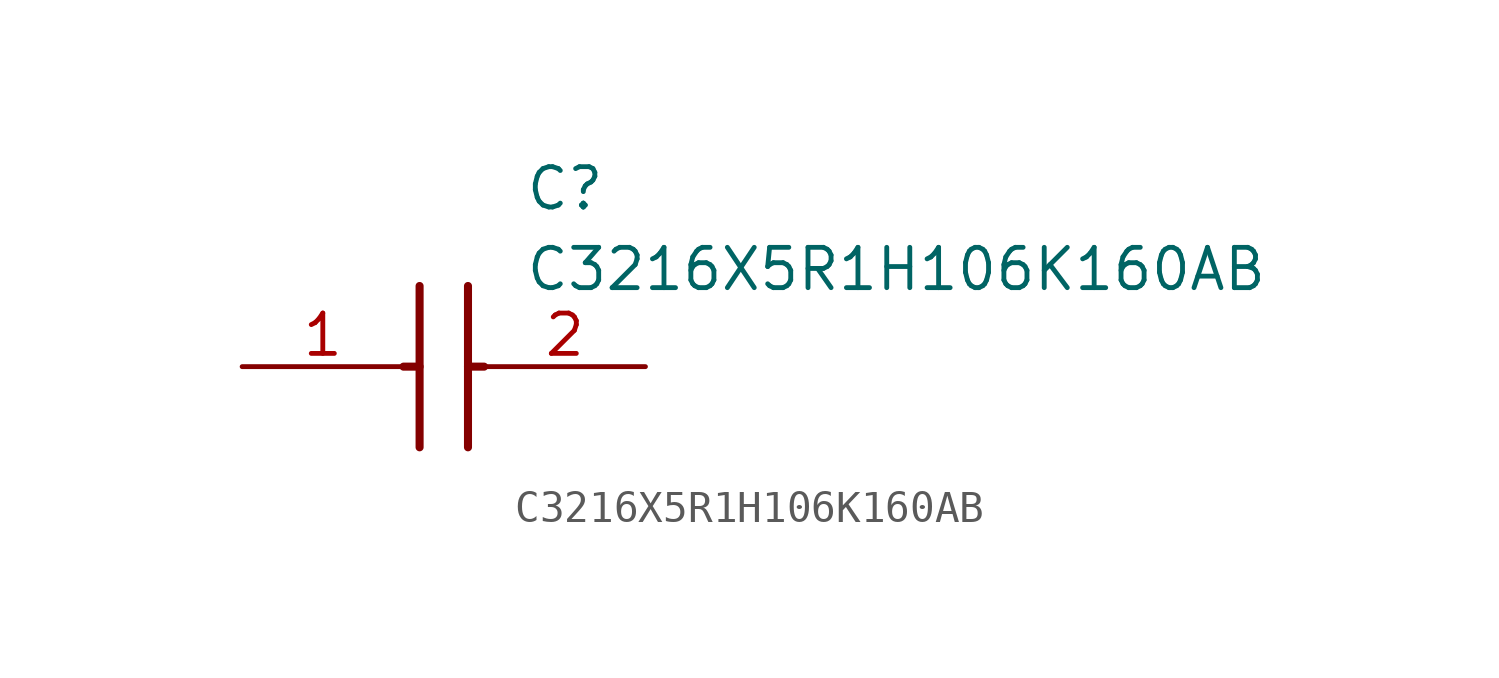
<source format=kicad_sym>
(kicad_symbol_lib
  (version 20211014)
  (generator SamacSys_ECAD_Model)
  (symbol "C3216X5R1H106K160AB"
    (pin_names hide)
    (property "Reference" "C"
      (at 8.89 6.35 0)
      (effects (font (size 1.27 1.27)) (justify left top)))
    (property "Value" "C3216X5R1H106K160AB"
      (at 8.89 3.81 0)
      (effects (font (size 1.27 1.27)) (justify left top)))
    (polyline
      (pts (xy 5.588 2.54) (xy 5.588 -2.54))
      (stroke (width 0.254) (type default))
      (fill (type none)))
    (polyline
      (pts (xy 7.112 2.54) (xy 7.112 -2.54))
      (stroke (width 0.254) (type default))
      (fill (type none)))
    (polyline
      (pts (xy 5.08 0) (xy 5.588 0))
      (stroke (width 0.254) (type default))
      (fill (type none)))
    (polyline
      (pts (xy 7.112 0) (xy 7.62 0))
      (stroke (width 0.254) (type default))
      (fill (type none)))
    (pin passive line
      (at 0 0 0)
      (length 5.08)
      (name "1" (effects (font (size 1.27 1.27))))
      (number "1" (effects (font (size 1.27 1.27)))))
    (pin passive line
      (at 12.7 0 180)
      (length 5.08)
      (name "2" (effects (font (size 1.27 1.27))))
      (number "2" (effects (font (size 1.27 1.27)))))))
</source>
